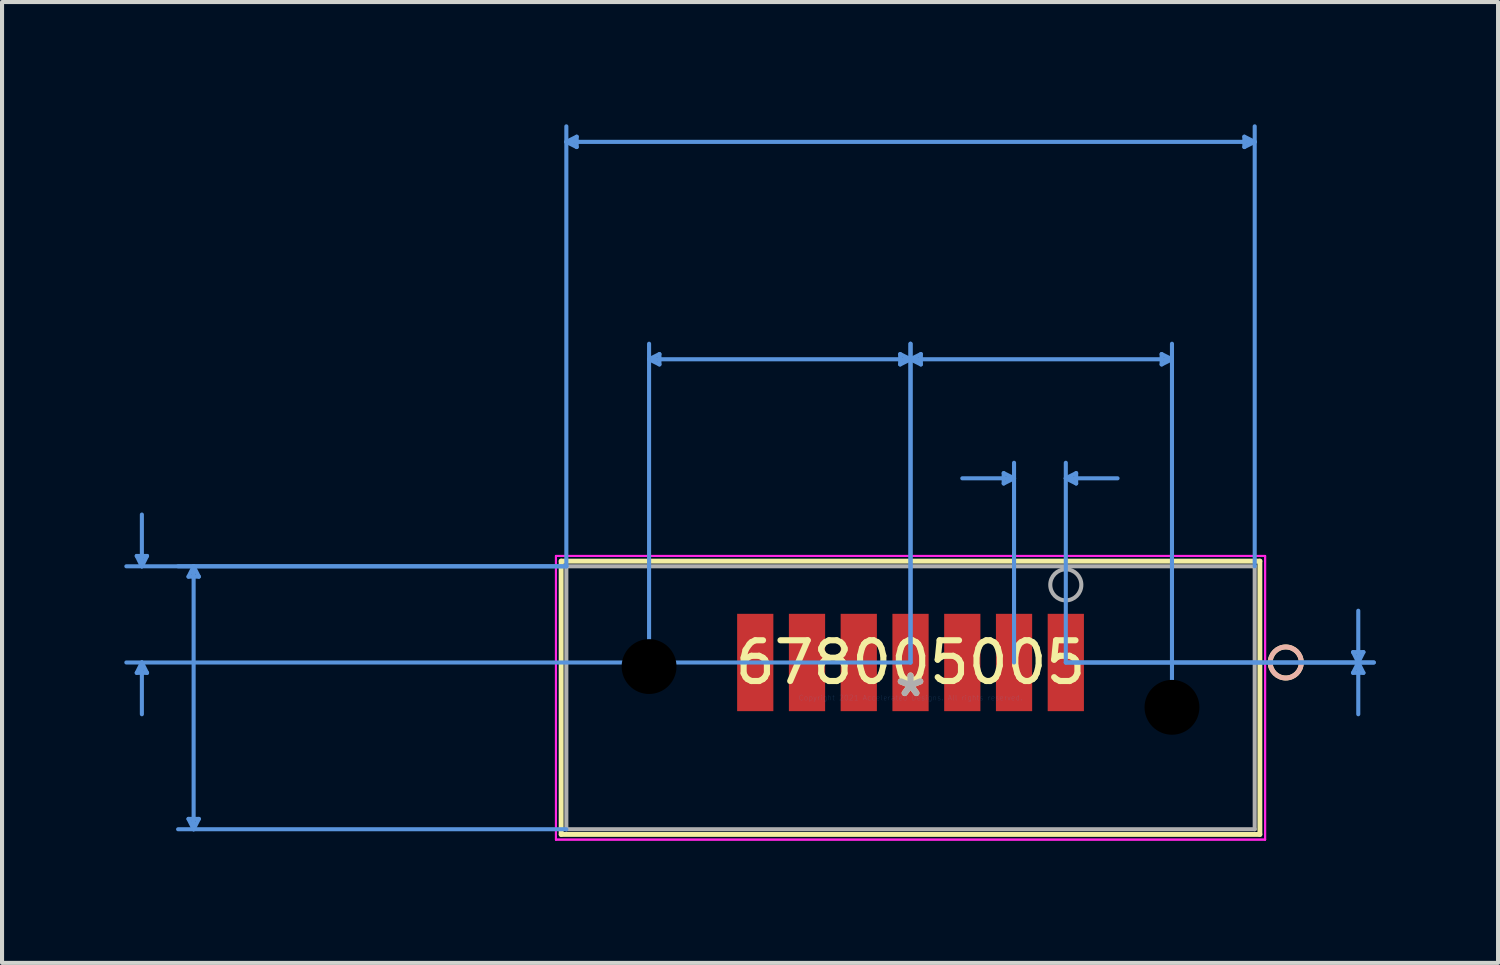
<source format=kicad_pcb>
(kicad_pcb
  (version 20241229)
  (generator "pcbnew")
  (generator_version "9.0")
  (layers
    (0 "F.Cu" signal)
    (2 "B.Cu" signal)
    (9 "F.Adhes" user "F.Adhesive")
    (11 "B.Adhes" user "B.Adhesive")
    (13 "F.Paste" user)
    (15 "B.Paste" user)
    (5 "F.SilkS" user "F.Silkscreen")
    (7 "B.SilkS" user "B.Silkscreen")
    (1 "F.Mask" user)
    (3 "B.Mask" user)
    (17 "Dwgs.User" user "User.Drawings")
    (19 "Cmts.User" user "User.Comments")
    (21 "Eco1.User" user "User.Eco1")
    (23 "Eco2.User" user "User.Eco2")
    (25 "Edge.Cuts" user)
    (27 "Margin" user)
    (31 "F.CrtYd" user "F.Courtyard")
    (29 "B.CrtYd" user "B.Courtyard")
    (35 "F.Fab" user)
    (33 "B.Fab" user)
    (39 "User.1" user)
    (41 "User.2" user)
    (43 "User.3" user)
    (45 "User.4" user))
  (footprint "678005005"
    (layer "F.Cu")
    (at 19.291 14.071)
    (property "Reference" "678005005" (at 0 -0.866 0) (layer "F.SilkS") (effects (font (size 1 1) (thickness 0.15))))
    (attr through_hole)
    (fp_line (start -8.572 -3.353) (end -8.572 3.353) (stroke (width 0.12) (type solid)) (layer "F.SilkS"))
    (fp_line (start -8.572 3.353) (end 8.572 3.353) (stroke (width 0.12) (type solid)) (layer "F.SilkS"))
    (fp_line (start 8.572 -3.353) (end -8.572 -3.353) (stroke (width 0.12) (type solid)) (layer "F.SilkS"))
    (fp_line (start 8.572 3.353) (end 8.572 -3.353) (stroke (width 0.12) (type solid)) (layer "F.SilkS"))
    (fp_circle (center 9.207 -0.866) (end 9.588 -0.866) (stroke (width 0.12) (type solid)) (fill no) (layer "F.SilkS"))
    (fp_circle (center 9.207 -0.866) (end 9.588 -0.866) (stroke (width 0.12) (type solid)) (fill no) (layer "B.SilkS"))
    (fp_line (start -18.986 -3.48) (end -18.733 -3.48) (stroke (width 0.1) (type solid)) (layer "Cmts.User"))
    (fp_line (start -18.986 -0.612) (end -18.733 -0.612) (stroke (width 0.1) (type solid)) (layer "Cmts.User"))
    (fp_line (start -18.86 -3.226) (end -18.986 -3.48) (stroke (width 0.1) (type solid)) (layer "Cmts.User"))
    (fp_line (start -18.86 -3.226) (end -18.86 -4.496) (stroke (width 0.1) (type solid)) (layer "Cmts.User"))
    (fp_line (start -18.86 -3.226) (end -18.733 -3.48) (stroke (width 0.1) (type solid)) (layer "Cmts.User"))
    (fp_line (start -18.86 -0.866) (end -18.986 -0.612) (stroke (width 0.1) (type solid)) (layer "Cmts.User"))
    (fp_line (start -18.86 -0.866) (end -18.86 0.404) (stroke (width 0.1) (type solid)) (layer "Cmts.User"))
    (fp_line (start -18.86 -0.866) (end -18.733 -0.612) (stroke (width 0.1) (type solid)) (layer "Cmts.User"))
    (fp_line (start -17.716 -2.972) (end -17.462 -2.972) (stroke (width 0.1) (type solid)) (layer "Cmts.User"))
    (fp_line (start -17.716 2.972) (end -17.462 2.972) (stroke (width 0.1) (type solid)) (layer "Cmts.User"))
    (fp_line (start -17.59 -3.226) (end -17.716 -2.972) (stroke (width 0.1) (type solid)) (layer "Cmts.User"))
    (fp_line (start -17.59 -3.226) (end -17.59 3.226) (stroke (width 0.1) (type solid)) (layer "Cmts.User"))
    (fp_line (start -17.59 -3.226) (end -17.462 -2.972) (stroke (width 0.1) (type solid)) (layer "Cmts.User"))
    (fp_line (start -17.59 3.226) (end -17.716 2.972) (stroke (width 0.1) (type solid)) (layer "Cmts.User"))
    (fp_line (start -17.59 3.226) (end -17.462 2.972) (stroke (width 0.1) (type solid)) (layer "Cmts.User"))
    (fp_line (start -8.445 -13.64) (end -8.191 -13.767) (stroke (width 0.1) (type solid)) (layer "Cmts.User"))
    (fp_line (start -8.445 -13.64) (end -8.191 -13.513) (stroke (width 0.1) (type solid)) (layer "Cmts.User"))
    (fp_line (start -8.445 -13.64) (end 8.445 -13.64) (stroke (width 0.1) (type solid)) (layer "Cmts.User"))
    (fp_line (start -8.445 -3.226) (end -19.241 -3.226) (stroke (width 0.1) (type solid)) (layer "Cmts.User"))
    (fp_line (start -8.445 -3.226) (end -17.971 -3.226) (stroke (width 0.1) (type solid)) (layer "Cmts.User"))
    (fp_line (start -8.445 -3.226) (end -8.445 -14.021) (stroke (width 0.1) (type solid)) (layer "Cmts.User"))
    (fp_line (start -8.445 3.226) (end -17.971 3.226) (stroke (width 0.1) (type solid)) (layer "Cmts.User"))
    (fp_line (start -8.191 -13.767) (end -8.191 -13.513) (stroke (width 0.1) (type solid)) (layer "Cmts.User"))
    (fp_line (start -6.415 -8.306) (end -6.161 -8.433) (stroke (width 0.1) (type solid)) (layer "Cmts.User"))
    (fp_line (start -6.415 -8.306) (end -6.161 -8.179) (stroke (width 0.1) (type solid)) (layer "Cmts.User"))
    (fp_line (start -6.415 -8.306) (end 0 -8.306) (stroke (width 0.1) (type solid)) (layer "Cmts.User"))
    (fp_line (start -6.415 -0.766) (end -6.415 -8.687) (stroke (width 0.1) (type solid)) (layer "Cmts.User"))
    (fp_line (start -6.161 -8.433) (end -6.161 -8.179) (stroke (width 0.1) (type solid)) (layer "Cmts.User"))
    (fp_line (start -0.254 -8.433) (end -0.254 -8.179) (stroke (width 0.1) (type solid)) (layer "Cmts.User"))
    (fp_line (start 0 -8.306) (end -0.254 -8.433) (stroke (width 0.1) (type solid)) (layer "Cmts.User"))
    (fp_line (start 0 -8.306) (end -0.254 -8.179) (stroke (width 0.1) (type solid)) (layer "Cmts.User"))
    (fp_line (start 0 -8.306) (end 0.254 -8.433) (stroke (width 0.1) (type solid)) (layer "Cmts.User"))
    (fp_line (start 0 -8.306) (end 0.254 -8.179) (stroke (width 0.1) (type solid)) (layer "Cmts.User"))
    (fp_line (start 0 -8.306) (end 6.415 -8.306) (stroke (width 0.1) (type solid)) (layer "Cmts.User"))
    (fp_line (start 0 -0.866) (end -19.241 -0.866) (stroke (width 0.1) (type solid)) (layer "Cmts.User"))
    (fp_line (start 0 -0.866) (end 0 -8.687) (stroke (width 0.1) (type solid)) (layer "Cmts.User"))
    (fp_line (start 0 -0.866) (end 0 -8.687) (stroke (width 0.1) (type solid)) (layer "Cmts.User"))
    (fp_line (start 0.254 -8.433) (end 0.254 -8.179) (stroke (width 0.1) (type solid)) (layer "Cmts.User"))
    (fp_line (start 2.286 -5.512) (end 2.286 -5.258) (stroke (width 0.1) (type solid)) (layer "Cmts.User"))
    (fp_line (start 2.54 -5.385) (end 1.27 -5.385) (stroke (width 0.1) (type solid)) (layer "Cmts.User"))
    (fp_line (start 2.54 -5.385) (end 2.286 -5.512) (stroke (width 0.1) (type solid)) (layer "Cmts.User"))
    (fp_line (start 2.54 -5.385) (end 2.286 -5.258) (stroke (width 0.1) (type solid)) (layer "Cmts.User"))
    (fp_line (start 2.54 -0.866) (end 2.54 -5.766) (stroke (width 0.1) (type solid)) (layer "Cmts.User"))
    (fp_line (start 3.81 -5.385) (end 4.064 -5.512) (stroke (width 0.1) (type solid)) (layer "Cmts.User"))
    (fp_line (start 3.81 -5.385) (end 4.064 -5.258) (stroke (width 0.1) (type solid)) (layer "Cmts.User"))
    (fp_line (start 3.81 -5.385) (end 5.08 -5.385) (stroke (width 0.1) (type solid)) (layer "Cmts.User"))
    (fp_line (start 3.81 -0.866) (end 3.81 -5.766) (stroke (width 0.1) (type solid)) (layer "Cmts.User"))
    (fp_line (start 3.81 -0.866) (end 11.367 -0.866) (stroke (width 0.1) (type solid)) (layer "Cmts.User"))
    (fp_line (start 3.81 -0.866) (end 11.367 -0.866) (stroke (width 0.1) (type solid)) (layer "Cmts.User"))
    (fp_line (start 4.064 -5.512) (end 4.064 -5.258) (stroke (width 0.1) (type solid)) (layer "Cmts.User"))
    (fp_line (start 6.161 -8.433) (end 6.161 -8.179) (stroke (width 0.1) (type solid)) (layer "Cmts.User"))
    (fp_line (start 6.415 -8.306) (end 6.161 -8.433) (stroke (width 0.1) (type solid)) (layer "Cmts.User"))
    (fp_line (start 6.415 -8.306) (end 6.161 -8.179) (stroke (width 0.1) (type solid)) (layer "Cmts.User"))
    (fp_line (start 6.415 0.234) (end 6.415 -8.687) (stroke (width 0.1) (type solid)) (layer "Cmts.User"))
    (fp_line (start 8.191 -13.767) (end 8.191 -13.513) (stroke (width 0.1) (type solid)) (layer "Cmts.User"))
    (fp_line (start 8.445 -13.64) (end 8.191 -13.767) (stroke (width 0.1) (type solid)) (layer "Cmts.User"))
    (fp_line (start 8.445 -13.64) (end 8.191 -13.513) (stroke (width 0.1) (type solid)) (layer "Cmts.User"))
    (fp_line (start 8.445 -3.226) (end 8.445 -14.021) (stroke (width 0.1) (type solid)) (layer "Cmts.User"))
    (fp_line (start 10.858 -1.12) (end 11.113 -1.12) (stroke (width 0.1) (type solid)) (layer "Cmts.User"))
    (fp_line (start 10.858 -0.612) (end 11.113 -0.612) (stroke (width 0.1) (type solid)) (layer "Cmts.User"))
    (fp_line (start 10.986 -0.866) (end 10.858 -1.12) (stroke (width 0.1) (type solid)) (layer "Cmts.User"))
    (fp_line (start 10.986 -0.866) (end 10.858 -0.612) (stroke (width 0.1) (type solid)) (layer "Cmts.User"))
    (fp_line (start 10.986 -0.866) (end 10.986 -2.136) (stroke (width 0.1) (type solid)) (layer "Cmts.User"))
    (fp_line (start 10.986 -0.866) (end 10.986 0.404) (stroke (width 0.1) (type solid)) (layer "Cmts.User"))
    (fp_line (start 10.986 -0.866) (end 11.113 -1.12) (stroke (width 0.1) (type solid)) (layer "Cmts.User"))
    (fp_line (start 10.986 -0.866) (end 11.113 -0.612) (stroke (width 0.1) (type solid)) (layer "Cmts.User"))
    (fp_line (start -8.7 -3.48) (end -8.7 3.48) (stroke (width 0.05) (type solid)) (layer "F.CrtYd"))
    (fp_line (start -8.7 -3.48) (end -8.7 3.48) (stroke (width 0.05) (type solid)) (layer "F.CrtYd"))
    (fp_line (start -8.7 3.48) (end 8.7 3.48) (stroke (width 0.05) (type solid)) (layer "F.CrtYd"))
    (fp_line (start -8.7 3.48) (end 8.7 3.48) (stroke (width 0.05) (type solid)) (layer "F.CrtYd"))
    (fp_line (start 8.7 -3.48) (end -8.7 -3.48) (stroke (width 0.05) (type solid)) (layer "F.CrtYd"))
    (fp_line (start 8.7 -3.48) (end -8.7 -3.48) (stroke (width 0.05) (type solid)) (layer "F.CrtYd"))
    (fp_line (start 8.7 3.48) (end 8.7 -3.48) (stroke (width 0.05) (type solid)) (layer "F.CrtYd"))
    (fp_line (start 8.7 3.48) (end 8.7 -3.48) (stroke (width 0.05) (type solid)) (layer "F.CrtYd"))
    (fp_line (start -8.445 -3.226) (end -8.445 3.226) (stroke (width 0.1) (type solid)) (layer "F.Fab"))
    (fp_line (start -8.445 3.226) (end 8.445 3.226) (stroke (width 0.1) (type solid)) (layer "F.Fab"))
    (fp_line (start 8.445 -3.226) (end -8.445 -3.226) (stroke (width 0.1) (type solid)) (layer "F.Fab"))
    (fp_line (start 8.445 3.226) (end 8.445 -3.226) (stroke (width 0.1) (type solid)) (layer "F.Fab"))
    (fp_circle (center 3.81 -2.771) (end 4.191 -2.771) (stroke (width 0.1) (type solid)) (fill no) (layer "F.Fab"))
    (fp_text user "*" (at 0 0 0) (layer "F.SilkS") (effects (font (size 1 1) (thickness 0.15))))
    (fp_text user "Copyright 2021 Accelerated Designs. All rights reserved." (at 0 0 0) (layer "Cmts.User") (effects (font (size 0.127 0.127) (thickness 0.002))))
    (fp_text user "*" (at 0 0 0) (layer "F.Fab") (effects (font (size 1 1) (thickness 0.15))))
    (pad "" np_thru_hole circle (at -6.415 -0.766) (size 1.854 1.854) (drill 1.346) (layers))
    (pad "" np_thru_hole circle (at 6.415 0.234) (size 1.854 1.854) (drill 1.346) (layers))
    (pad "1" smd rect (at 3.81 -0.866) (size 0.889 2.388) (layers "F.Cu" "F.Mask" "F.Paste"))
    (pad "2" smd rect (at 2.54 -0.866) (size 0.889 2.388) (layers "F.Cu" "F.Mask" "F.Paste"))
    (pad "3" smd rect (at 1.27 -0.866) (size 0.889 2.388) (layers "F.Cu" "F.Mask" "F.Paste"))
    (pad "4" smd rect (at 0 -0.866) (size 0.889 2.388) (layers "F.Cu" "F.Mask" "F.Paste"))
    (pad "5" smd rect (at -1.27 -0.866) (size 0.889 2.388) (layers "F.Cu" "F.Mask" "F.Paste"))
    (pad "6" smd rect (at -2.54 -0.866) (size 0.889 2.388) (layers "F.Cu" "F.Mask" "F.Paste"))
    (pad "7" smd rect (at -3.81 -0.866) (size 0.889 2.388) (layers "F.Cu" "F.Mask" "F.Paste")))
  (gr_rect
    (start -3 -3)
    (end 33.707 20.576)
    (stroke (width 0.1) (type default))
    (fill no)
    (layer "Edge.Cuts")))
</source>
